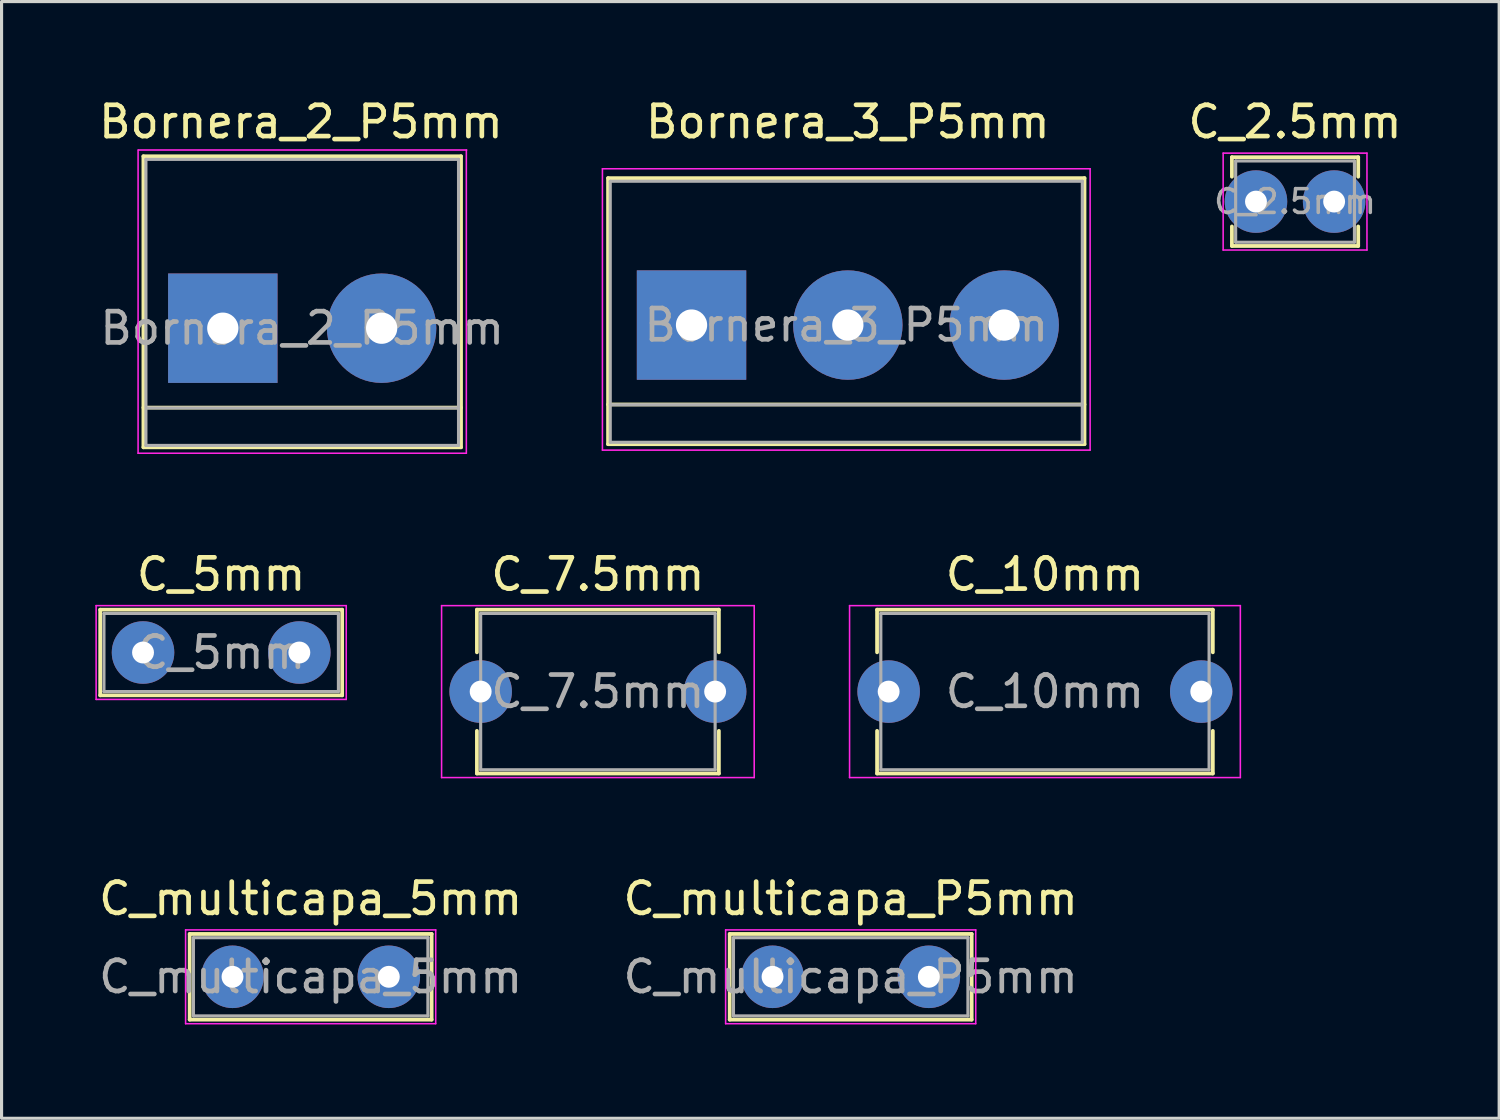
<source format=kicad_pcb>
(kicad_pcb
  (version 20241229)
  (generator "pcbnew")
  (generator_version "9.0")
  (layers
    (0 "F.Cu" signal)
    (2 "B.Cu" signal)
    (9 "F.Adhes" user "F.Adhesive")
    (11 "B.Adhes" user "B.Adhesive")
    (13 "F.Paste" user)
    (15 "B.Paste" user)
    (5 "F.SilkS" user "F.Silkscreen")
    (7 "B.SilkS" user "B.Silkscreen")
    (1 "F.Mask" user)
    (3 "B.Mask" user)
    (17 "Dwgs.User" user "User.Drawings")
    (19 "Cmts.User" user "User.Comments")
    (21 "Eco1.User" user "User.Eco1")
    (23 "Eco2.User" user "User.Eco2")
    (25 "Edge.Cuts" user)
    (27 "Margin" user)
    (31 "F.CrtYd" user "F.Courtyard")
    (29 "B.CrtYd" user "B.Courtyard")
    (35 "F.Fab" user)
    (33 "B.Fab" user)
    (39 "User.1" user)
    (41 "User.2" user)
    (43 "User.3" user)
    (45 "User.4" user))
  (footprint "C_10mm"
    (layer "F.Cu")
    (at 25.375 19.072)
    (property "Reference" "C_10mm" (at 5 -3.75 0) (layer "F.SilkS") (effects (font (size 1 1) (thickness 0.15))))
    (attr through_hole)
    (fp_line (start -0.37 -2.62) (end -0.37 -1.256) (stroke (width 0.12) (type solid)) (layer "F.SilkS"))
    (fp_line (start -0.37 -2.62) (end 10.37 -2.62) (stroke (width 0.12) (type solid)) (layer "F.SilkS"))
    (fp_line (start -0.37 1.256) (end -0.37 2.62) (stroke (width 0.12) (type solid)) (layer "F.SilkS"))
    (fp_line (start -0.37 2.62) (end 10.37 2.62) (stroke (width 0.12) (type solid)) (layer "F.SilkS"))
    (fp_line (start 10.37 -2.62) (end 10.37 -1.256) (stroke (width 0.12) (type solid)) (layer "F.SilkS"))
    (fp_line (start 10.37 1.256) (end 10.37 2.62) (stroke (width 0.12) (type solid)) (layer "F.SilkS"))
    (fp_line (start -1.25 -2.75) (end -1.25 2.75) (stroke (width 0.05) (type solid)) (layer "F.CrtYd"))
    (fp_line (start -1.25 2.75) (end 11.25 2.75) (stroke (width 0.05) (type solid)) (layer "F.CrtYd"))
    (fp_line (start 11.25 -2.75) (end -1.25 -2.75) (stroke (width 0.05) (type solid)) (layer "F.CrtYd"))
    (fp_line (start 11.25 2.75) (end 11.25 -2.75) (stroke (width 0.05) (type solid)) (layer "F.CrtYd"))
    (fp_line (start -0.25 -2.5) (end -0.25 2.5) (stroke (width 0.1) (type solid)) (layer "F.Fab"))
    (fp_line (start -0.25 2.5) (end 10.25 2.5) (stroke (width 0.1) (type solid)) (layer "F.Fab"))
    (fp_line (start 10.25 -2.5) (end -0.25 -2.5) (stroke (width 0.1) (type solid)) (layer "F.Fab"))
    (fp_line (start 10.25 2.5) (end 10.25 -2.5) (stroke (width 0.1) (type solid)) (layer "F.Fab"))
    (fp_text user "${REFERENCE}" (at 5 0 0) (layer "F.Fab") (effects (font (size 1 1) (thickness 0.15))))
    (pad "1" thru_hole circle (at 0 0) (size 2 2) (drill 0.7) (layers "*.Cu" "*.Mask"))
    (pad "2" thru_hole circle (at 10 0) (size 2 2) (drill 0.7) (layers "*.Cu" "*.Mask")))
  (footprint "C_multicapa_P5mm"
    (layer "F.Cu")
    (at 21.661 28.195)
    (property "Reference" "C_multicapa_P5mm" (at 2.5 -2.5 0) (layer "F.SilkS") (effects (font (size 1 1) (thickness 0.15))))
    (attr through_hole)
    (fp_line (start -1.37 -1.37) (end -1.37 1.37) (stroke (width 0.12) (type solid)) (layer "F.SilkS"))
    (fp_line (start -1.37 -1.37) (end 6.37 -1.37) (stroke (width 0.12) (type solid)) (layer "F.SilkS"))
    (fp_line (start -1.37 1.37) (end 6.37 1.37) (stroke (width 0.12) (type solid)) (layer "F.SilkS"))
    (fp_line (start 6.37 -1.37) (end 6.37 1.37) (stroke (width 0.12) (type solid)) (layer "F.SilkS"))
    (fp_line (start -1.5 -1.5) (end -1.5 1.5) (stroke (width 0.05) (type solid)) (layer "F.CrtYd"))
    (fp_line (start -1.5 1.5) (end 6.5 1.5) (stroke (width 0.05) (type solid)) (layer "F.CrtYd"))
    (fp_line (start 6.5 -1.5) (end -1.5 -1.5) (stroke (width 0.05) (type solid)) (layer "F.CrtYd"))
    (fp_line (start 6.5 1.5) (end 6.5 -1.5) (stroke (width 0.05) (type solid)) (layer "F.CrtYd"))
    (fp_line (start -1.25 -1.25) (end -1.25 1.25) (stroke (width 0.1) (type solid)) (layer "F.Fab"))
    (fp_line (start -1.25 1.25) (end 6.25 1.25) (stroke (width 0.1) (type solid)) (layer "F.Fab"))
    (fp_line (start 6.25 -1.25) (end -1.25 -1.25) (stroke (width 0.1) (type solid)) (layer "F.Fab"))
    (fp_line (start 6.25 1.25) (end 6.25 -1.25) (stroke (width 0.1) (type solid)) (layer "F.Fab"))
    (fp_text user "${REFERENCE}" (at 2.5 0 0) (layer "F.Fab") (effects (font (size 1 1) (thickness 0.15))))
    (pad "1" thru_hole circle (at 0 0) (size 2 2) (drill 0.7) (layers "*.Cu" "*.Mask"))
    (pad "2" thru_hole circle (at 5 0) (size 2 2) (drill 0.7) (layers "*.Cu" "*.Mask")))
  (footprint "C_7.5mm"
    (layer "F.Cu")
    (at 12.325 19.072)
    (property "Reference" "C_7.5mm" (at 3.75 -3.75 0) (layer "F.SilkS") (effects (font (size 1 1) (thickness 0.15))))
    (attr through_hole)
    (fp_line (start -0.12 -2.62) (end -0.12 -1.256) (stroke (width 0.12) (type solid)) (layer "F.SilkS"))
    (fp_line (start -0.12 -2.62) (end 7.62 -2.62) (stroke (width 0.12) (type solid)) (layer "F.SilkS"))
    (fp_line (start -0.12 1.256) (end -0.12 2.62) (stroke (width 0.12) (type solid)) (layer "F.SilkS"))
    (fp_line (start -0.12 2.62) (end 7.62 2.62) (stroke (width 0.12) (type solid)) (layer "F.SilkS"))
    (fp_line (start 7.62 -2.62) (end 7.62 -1.256) (stroke (width 0.12) (type solid)) (layer "F.SilkS"))
    (fp_line (start 7.62 1.256) (end 7.62 2.62) (stroke (width 0.12) (type solid)) (layer "F.SilkS"))
    (fp_line (start -1.25 -2.75) (end -1.25 2.75) (stroke (width 0.05) (type solid)) (layer "F.CrtYd"))
    (fp_line (start -1.25 2.75) (end 8.75 2.75) (stroke (width 0.05) (type solid)) (layer "F.CrtYd"))
    (fp_line (start 8.75 -2.75) (end -1.25 -2.75) (stroke (width 0.05) (type solid)) (layer "F.CrtYd"))
    (fp_line (start 8.75 2.75) (end 8.75 -2.75) (stroke (width 0.05) (type solid)) (layer "F.CrtYd"))
    (fp_line (start 0 -2.5) (end 0 2.5) (stroke (width 0.1) (type solid)) (layer "F.Fab"))
    (fp_line (start 0 2.5) (end 7.5 2.5) (stroke (width 0.1) (type solid)) (layer "F.Fab"))
    (fp_line (start 7.5 -2.5) (end 0 -2.5) (stroke (width 0.1) (type solid)) (layer "F.Fab"))
    (fp_line (start 7.5 2.5) (end 7.5 -2.5) (stroke (width 0.1) (type solid)) (layer "F.Fab"))
    (fp_text user "${REFERENCE}" (at 3.75 0 0) (layer "F.Fab") (effects (font (size 1 1) (thickness 0.15))))
    (pad "1" thru_hole circle (at 0 0) (size 2 2) (drill 0.7) (layers "*.Cu" "*.Mask"))
    (pad "2" thru_hole circle (at 7.5 0) (size 2 2) (drill 0.7) (layers "*.Cu" "*.Mask")))
  (footprint "C_5mm"
    (layer "F.Cu")
    (at 1.525 17.822)
    (property "Reference" "C_5mm" (at 2.5 -2.5 0) (layer "F.SilkS") (effects (font (size 1 1) (thickness 0.15))))
    (attr through_hole)
    (fp_line (start -1.37 -1.37) (end -1.37 1.37) (stroke (width 0.12) (type solid)) (layer "F.SilkS"))
    (fp_line (start -1.37 -1.37) (end 6.37 -1.37) (stroke (width 0.12) (type solid)) (layer "F.SilkS"))
    (fp_line (start -1.37 1.37) (end 6.37 1.37) (stroke (width 0.12) (type solid)) (layer "F.SilkS"))
    (fp_line (start 6.37 -1.37) (end 6.37 1.37) (stroke (width 0.12) (type solid)) (layer "F.SilkS"))
    (fp_line (start -1.5 -1.5) (end -1.5 1.5) (stroke (width 0.05) (type solid)) (layer "F.CrtYd"))
    (fp_line (start -1.5 1.5) (end 6.5 1.5) (stroke (width 0.05) (type solid)) (layer "F.CrtYd"))
    (fp_line (start 6.5 -1.5) (end -1.5 -1.5) (stroke (width 0.05) (type solid)) (layer "F.CrtYd"))
    (fp_line (start 6.5 1.5) (end 6.5 -1.5) (stroke (width 0.05) (type solid)) (layer "F.CrtYd"))
    (fp_line (start -1.25 -1.25) (end -1.25 1.25) (stroke (width 0.1) (type solid)) (layer "F.Fab"))
    (fp_line (start -1.25 1.25) (end 6.25 1.25) (stroke (width 0.1) (type solid)) (layer "F.Fab"))
    (fp_line (start 6.25 -1.25) (end -1.25 -1.25) (stroke (width 0.1) (type solid)) (layer "F.Fab"))
    (fp_line (start 6.25 1.25) (end 6.25 -1.25) (stroke (width 0.1) (type solid)) (layer "F.Fab"))
    (fp_text user "${REFERENCE}" (at 2.5 0 0) (layer "F.Fab") (effects (font (size 1 1) (thickness 0.15))))
    (pad "1" thru_hole circle (at 0 0) (size 2 2) (drill 0.7) (layers "*.Cu" "*.Mask"))
    (pad "2" thru_hole circle (at 5 0) (size 2 2) (drill 0.7) (layers "*.Cu" "*.Mask")))
  (footprint "Bornera_2_P5mm"
    (layer "F.Cu")
    (at 4.077 7.448)
    (property "Reference" "Bornera_2_P5mm" (at 2.5 -6.6 0) (layer "F.SilkS") (effects (font (size 1 1) (thickness 0.15))))
    (attr through_hole)
    (fp_line (start -2.54 -5.5) (end -2.54 3.81) (stroke (width 0.12) (type solid)) (layer "F.SilkS"))
    (fp_line (start -2.54 3.81) (end 7.62 3.81) (stroke (width 0.12) (type solid)) (layer "F.SilkS"))
    (fp_line (start 7.62 -5.5) (end -2.54 -5.5) (stroke (width 0.12) (type solid)) (layer "F.SilkS"))
    (fp_line (start 7.62 2.54) (end -2.54 2.54) (stroke (width 0.12) (type solid)) (layer "F.SilkS"))
    (fp_line (start 7.62 3.81) (end 7.62 -5.5) (stroke (width 0.12) (type solid)) (layer "F.SilkS"))
    (fp_line (start -2.71 -5.7) (end -2.71 4) (stroke (width 0.05) (type solid)) (layer "F.CrtYd"))
    (fp_line (start -2.7 -5.7) (end 7.8 -5.7) (stroke (width 0.05) (type solid)) (layer "F.CrtYd"))
    (fp_line (start 7.79 4) (end -2.71 4) (stroke (width 0.05) (type solid)) (layer "F.CrtYd"))
    (fp_line (start 7.79 4) (end 7.79 -5.7) (stroke (width 0.05) (type solid)) (layer "F.CrtYd"))
    (fp_line (start -2.46 -5.4) (end -2.46 3.75) (stroke (width 0.1) (type solid)) (layer "F.Fab"))
    (fp_line (start -2.46 3.75) (end 7.54 3.75) (stroke (width 0.1) (type solid)) (layer "F.Fab"))
    (fp_line (start -2.41 2.55) (end 7.49 2.55) (stroke (width 0.1) (type solid)) (layer "F.Fab"))
    (fp_line (start 7.54 -5.4) (end -2.46 -5.4) (stroke (width 0.1) (type solid)) (layer "F.Fab"))
    (fp_line (start 7.54 3.75) (end 7.54 -5.4) (stroke (width 0.1) (type solid)) (layer "F.Fab"))
    (fp_text user "${REFERENCE}" (at 2.54 0 0) (layer "F.Fab") (effects (font (size 1 1) (thickness 0.15))))
    (pad "1" thru_hole rect (at 0 0) (size 3.5 3.5) (drill 1) (layers "*.Cu" "*.Mask"))
    (pad "2" thru_hole circle (at 5.08 0) (size 3.5 3.5) (drill 1) (layers "*.Cu" "*.Mask")))
  (footprint "C_multicapa_5mm"
    (layer "F.Cu")
    (at 4.387 28.195)
    (property "Reference" "C_multicapa_5mm" (at 2.5 -2.5 0) (layer "F.SilkS") (effects (font (size 1 1) (thickness 0.15))))
    (attr through_hole)
    (fp_line (start -1.37 -1.37) (end -1.37 1.37) (stroke (width 0.12) (type solid)) (layer "F.SilkS"))
    (fp_line (start -1.37 -1.37) (end 6.37 -1.37) (stroke (width 0.12) (type solid)) (layer "F.SilkS"))
    (fp_line (start -1.37 1.37) (end 6.37 1.37) (stroke (width 0.12) (type solid)) (layer "F.SilkS"))
    (fp_line (start 6.37 -1.37) (end 6.37 1.37) (stroke (width 0.12) (type solid)) (layer "F.SilkS"))
    (fp_line (start -1.5 -1.5) (end -1.5 1.5) (stroke (width 0.05) (type solid)) (layer "F.CrtYd"))
    (fp_line (start -1.5 1.5) (end 6.5 1.5) (stroke (width 0.05) (type solid)) (layer "F.CrtYd"))
    (fp_line (start 6.5 -1.5) (end -1.5 -1.5) (stroke (width 0.05) (type solid)) (layer "F.CrtYd"))
    (fp_line (start 6.5 1.5) (end 6.5 -1.5) (stroke (width 0.05) (type solid)) (layer "F.CrtYd"))
    (fp_line (start -1.25 -1.25) (end -1.25 1.25) (stroke (width 0.1) (type solid)) (layer "F.Fab"))
    (fp_line (start -1.25 1.25) (end 6.25 1.25) (stroke (width 0.1) (type solid)) (layer "F.Fab"))
    (fp_line (start 6.25 -1.25) (end -1.25 -1.25) (stroke (width 0.1) (type solid)) (layer "F.Fab"))
    (fp_line (start 6.25 1.25) (end 6.25 -1.25) (stroke (width 0.1) (type solid)) (layer "F.Fab"))
    (fp_text user "${REFERENCE}" (at 2.5 0 0) (layer "F.Fab") (effects (font (size 1 1) (thickness 0.15))))
    (pad "1" thru_hole circle (at 0 0) (size 2 2) (drill 0.7) (layers "*.Cu" "*.Mask"))
    (pad "2" thru_hole circle (at 5 0) (size 2 2) (drill 0.7) (layers "*.Cu" "*.Mask")))
  (footprint "C_2.5mm"
    (layer "F.Cu")
    (at 37.125 3.398)
    (property "Reference" "C_2.5mm" (at 1.25 -2.55 0) (layer "F.SilkS") (effects (font (size 1 1) (thickness 0.15))))
    (attr through_hole)
    (fp_line (start -0.77 -1.42) (end -0.77 -0.795) (stroke (width 0.12) (type solid)) (layer "F.SilkS"))
    (fp_line (start -0.77 -1.42) (end 3.27 -1.42) (stroke (width 0.12) (type solid)) (layer "F.SilkS"))
    (fp_line (start -0.77 0.795) (end -0.77 1.42) (stroke (width 0.12) (type solid)) (layer "F.SilkS"))
    (fp_line (start -0.77 1.42) (end 3.27 1.42) (stroke (width 0.12) (type solid)) (layer "F.SilkS"))
    (fp_line (start 3.27 -1.42) (end 3.27 -0.795) (stroke (width 0.12) (type solid)) (layer "F.SilkS"))
    (fp_line (start 3.27 0.795) (end 3.27 1.42) (stroke (width 0.12) (type solid)) (layer "F.SilkS"))
    (fp_line (start -1.05 -1.55) (end -1.05 1.55) (stroke (width 0.05) (type solid)) (layer "F.CrtYd"))
    (fp_line (start -1.05 1.55) (end 3.55 1.55) (stroke (width 0.05) (type solid)) (layer "F.CrtYd"))
    (fp_line (start 3.55 -1.55) (end -1.05 -1.55) (stroke (width 0.05) (type solid)) (layer "F.CrtYd"))
    (fp_line (start 3.55 1.55) (end 3.55 -1.55) (stroke (width 0.05) (type solid)) (layer "F.CrtYd"))
    (fp_line (start -0.65 -1.3) (end -0.65 1.3) (stroke (width 0.1) (type solid)) (layer "F.Fab"))
    (fp_line (start -0.65 1.3) (end 3.15 1.3) (stroke (width 0.1) (type solid)) (layer "F.Fab"))
    (fp_line (start 3.15 -1.3) (end -0.65 -1.3) (stroke (width 0.1) (type solid)) (layer "F.Fab"))
    (fp_line (start 3.15 1.3) (end 3.15 -1.3) (stroke (width 0.1) (type solid)) (layer "F.Fab"))
    (fp_text user "${REFERENCE}" (at 1.25 0 0) (layer "F.Fab") (effects (font (size 0.76 0.76) (thickness 0.114))))
    (pad "1" thru_hole circle (at 0 0) (size 2 2) (drill 0.7) (layers "*.Cu" "*.Mask"))
    (pad "2" thru_hole circle (at 2.5 0) (size 2 2) (drill 0.7) (layers "*.Cu" "*.Mask")))
  (footprint "Bornera_3_P5mm"
    (layer "F.Cu")
    (at 19.07 7.348)
    (property "Reference" "Bornera_3_P5mm" (at 5 -6.5 0) (layer "F.SilkS") (effects (font (size 1 1) (thickness 0.15))))
    (attr through_hole)
    (fp_line (start -2.67 -4.7) (end 12.57 -4.7) (stroke (width 0.12) (type solid)) (layer "F.SilkS"))
    (fp_line (start -2.67 2.54) (end 12.57 2.54) (stroke (width 0.12) (type solid)) (layer "F.SilkS"))
    (fp_line (start -2.67 3.81) (end -2.67 -4.7) (stroke (width 0.12) (type solid)) (layer "F.SilkS"))
    (fp_line (start -2.67 3.81) (end 12.57 3.81) (stroke (width 0.12) (type solid)) (layer "F.SilkS"))
    (fp_line (start 12.57 3.81) (end 12.57 -4.7) (stroke (width 0.12) (type solid)) (layer "F.SilkS"))
    (fp_line (start -2.85 -5) (end -2.85 4) (stroke (width 0.05) (type solid)) (layer "F.CrtYd"))
    (fp_line (start -2.85 -5) (end 12.75 -5) (stroke (width 0.05) (type solid)) (layer "F.CrtYd"))
    (fp_line (start 12.75 4) (end -2.85 4) (stroke (width 0.05) (type solid)) (layer "F.CrtYd"))
    (fp_line (start 12.75 4) (end 12.75 -5) (stroke (width 0.05) (type solid)) (layer "F.CrtYd"))
    (fp_line (start -2.6 -4.6) (end 12.5 -4.6) (stroke (width 0.1) (type solid)) (layer "F.Fab"))
    (fp_line (start -2.6 2.55) (end 12.5 2.55) (stroke (width 0.1) (type solid)) (layer "F.Fab"))
    (fp_line (start -2.6 3.75) (end -2.6 -4.6) (stroke (width 0.1) (type solid)) (layer "F.Fab"))
    (fp_line (start 12.5 -4.6) (end 12.5 3.75) (stroke (width 0.1) (type solid)) (layer "F.Fab"))
    (fp_line (start 12.5 3.75) (end -2.6 3.75) (stroke (width 0.1) (type solid)) (layer "F.Fab"))
    (fp_text user "${REFERENCE}" (at 4.95 0 0) (layer "F.Fab") (effects (font (size 1 1) (thickness 0.15))))
    (pad "1" thru_hole rect (at 0 0) (size 3.5 3.5) (drill 1) (layers "*.Cu" "*.Mask"))
    (pad "2" thru_hole circle (at 5 0) (size 3.5 3.5) (drill 1) (layers "*.Cu" "*.Mask"))
    (pad "3" thru_hole circle (at 10 0) (size 3.5 3.5) (drill 1) (layers "*.Cu" "*.Mask")))
  (gr_rect
    (start -3 -3)
    (end 44.904 32.72)
    (stroke (width 0.1) (type default))
    (fill no)
    (layer "Edge.Cuts")))
</source>
